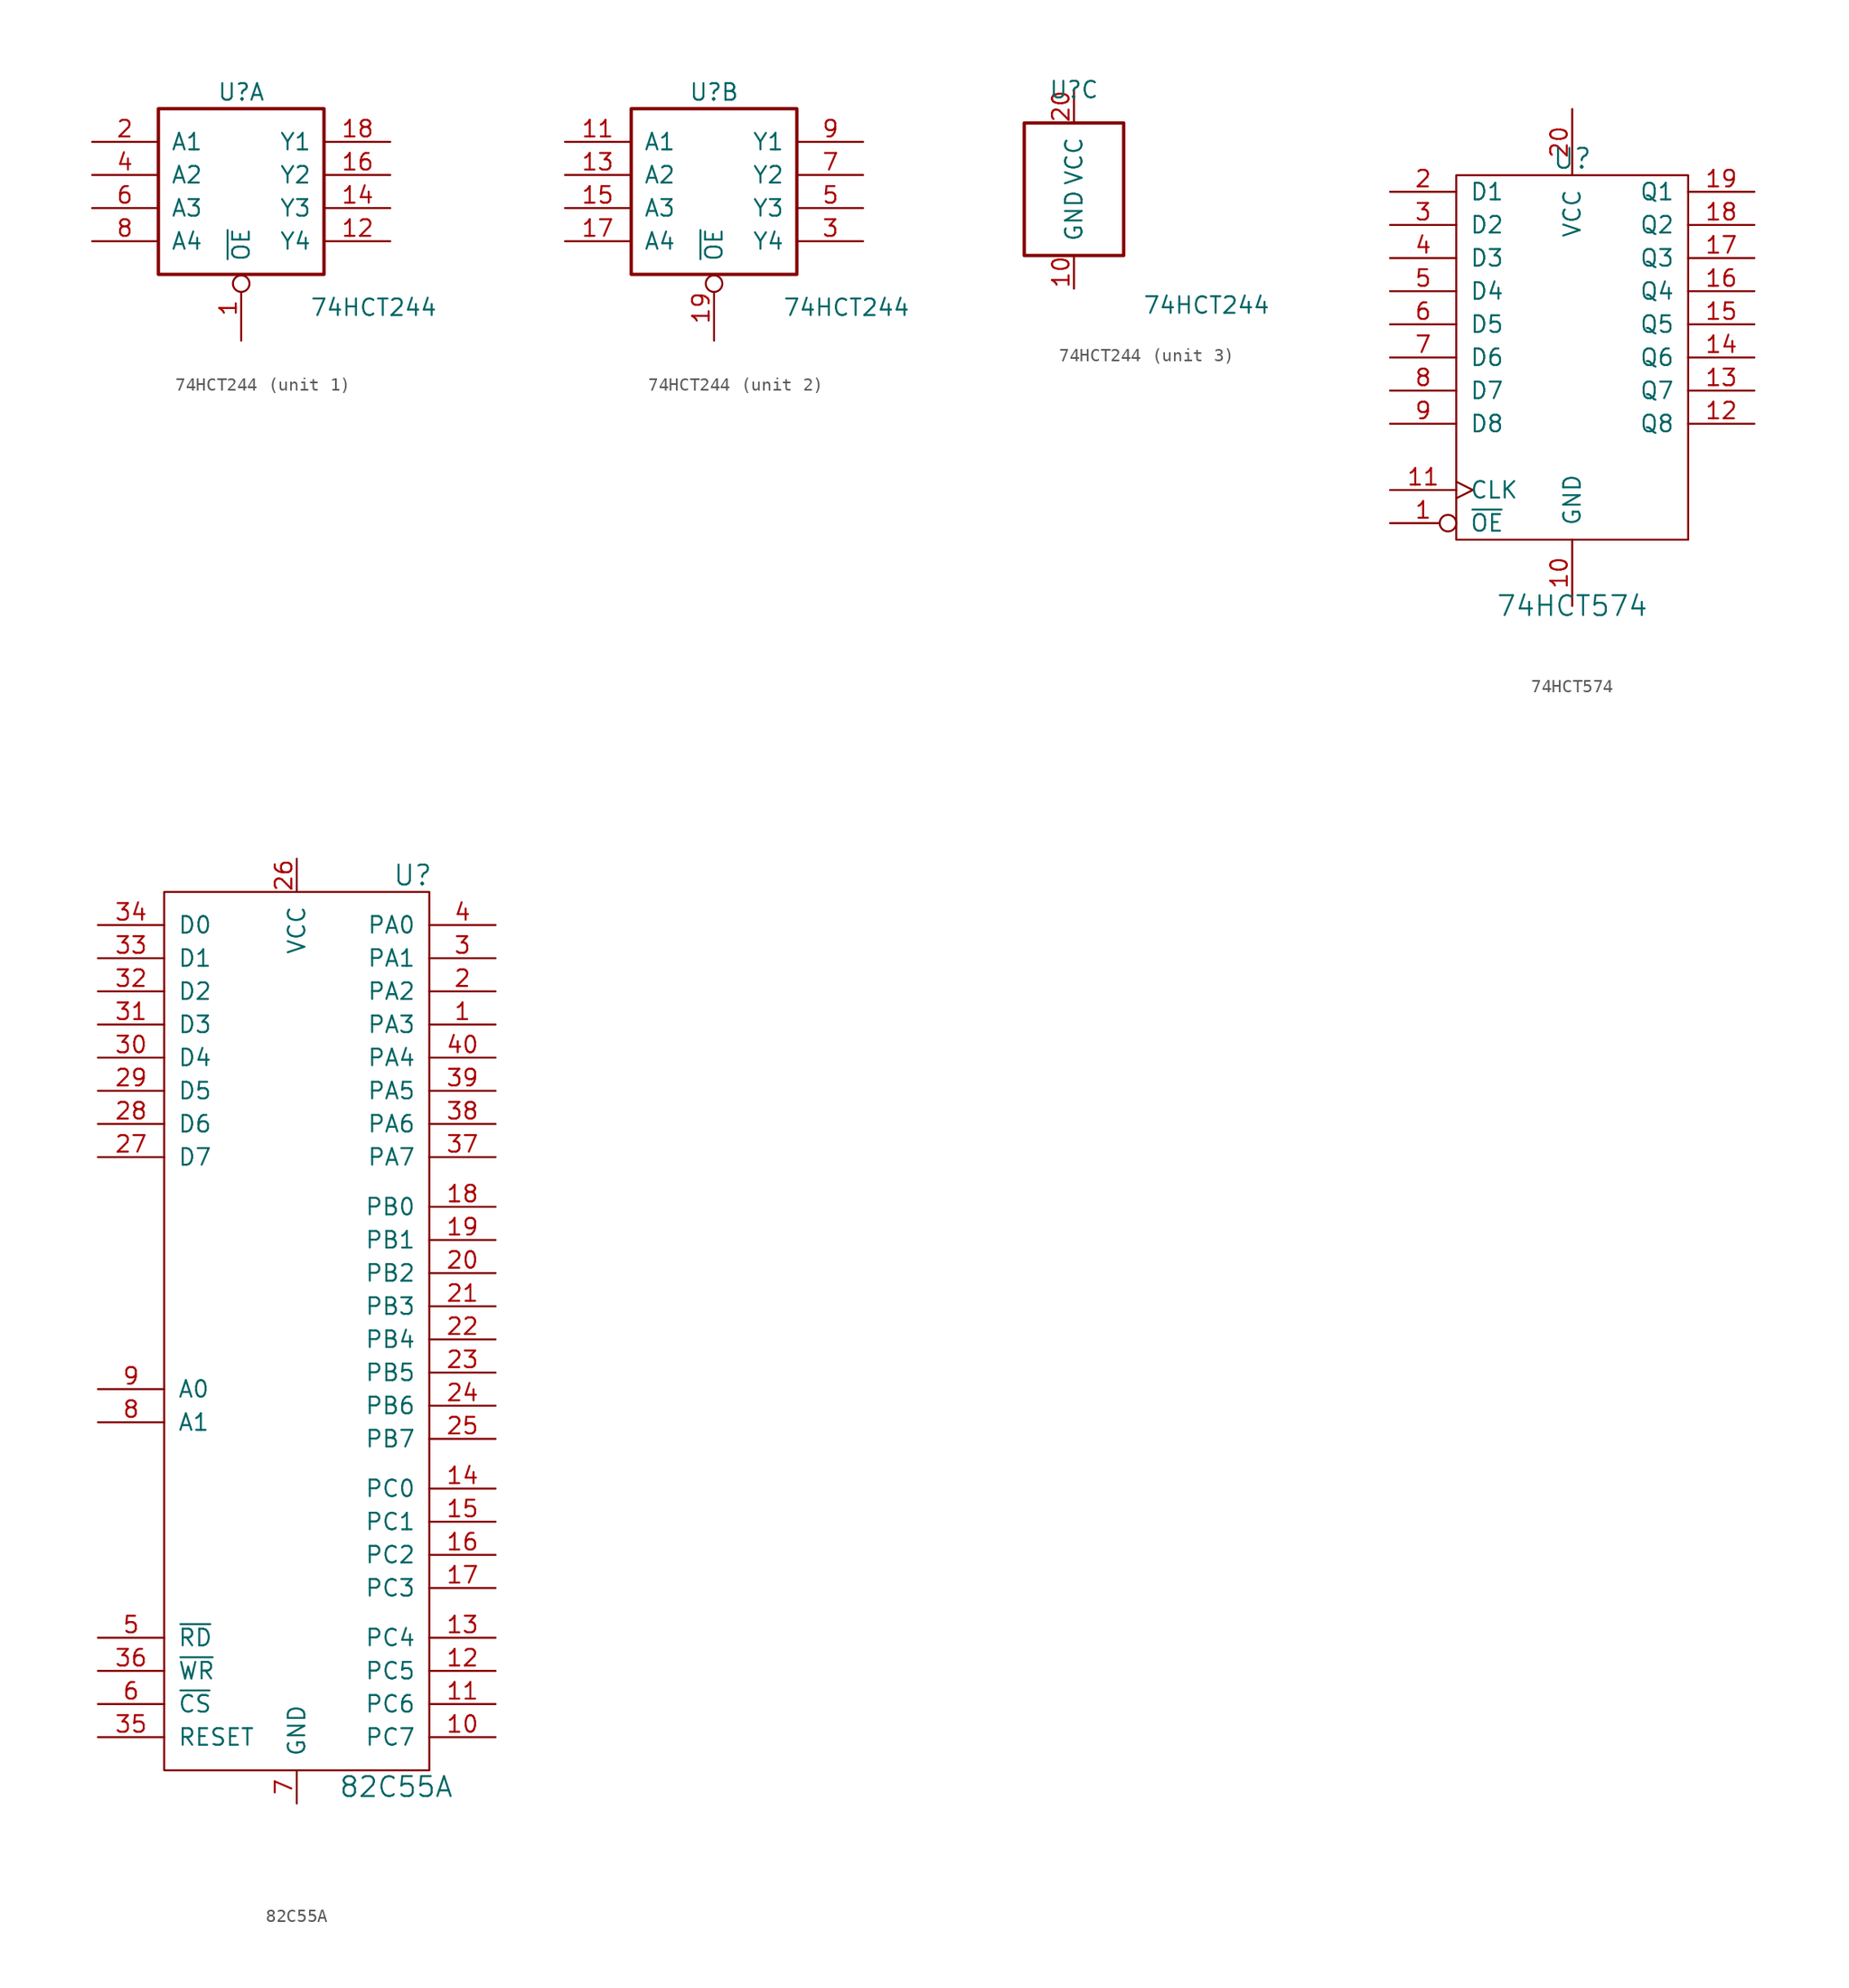
<source format=kicad_sym>
(kicad_symbol_lib
  (version 20211014)
  (generator kicad_symbol_editor)
  (symbol "74HCT244"
    (pin_names
      (offset 1.016))
    (property "Reference" "U"
      (at 0 7.62 0)
      (effects (font (size 1.27 1.27))))
    (property "Value" "74HCT244"
      (at 10.16 -8.89 0)
      (effects (font (size 1.27 1.27))))
    (symbol "74HCT244_1_1"
      (rectangle (start -6.35 -6.35) (end 6.35 6.35) (stroke (width 0.254) (type default) (color 0 0 0 0)) (fill (type none)))
      (pin input inverted (at 0 -11.43 90) (length 5.004) (name "~{OE}" (effects (font (size 1.27 1.27)))) (number "1" (effects (font (size 1.27 1.27)))))
      (pin output line (at 11.43 -3.81 180) (length 5.004) (name "Y4" (effects (font (size 1.27 1.27)))) (number "12" (effects (font (size 1.27 1.27)))))
      (pin output line (at 11.43 -1.27 180) (length 5.004) (name "Y3" (effects (font (size 1.27 1.27)))) (number "14" (effects (font (size 1.27 1.27)))))
      (pin output line (at 11.43 1.27 180) (length 5.004) (name "Y2" (effects (font (size 1.27 1.27)))) (number "16" (effects (font (size 1.27 1.27)))))
      (pin output line (at 11.43 3.81 180) (length 5.004) (name "Y1" (effects (font (size 1.27 1.27)))) (number "18" (effects (font (size 1.27 1.27)))))
      (pin input line (at -11.43 3.81 0) (length 5.004) (name "A1" (effects (font (size 1.27 1.27)))) (number "2" (effects (font (size 1.27 1.27)))))
      (pin input line (at -11.43 1.27 0) (length 5.004) (name "A2" (effects (font (size 1.27 1.27)))) (number "4" (effects (font (size 1.27 1.27)))))
      (pin input line (at -11.43 -1.27 0) (length 5.004) (name "A3" (effects (font (size 1.27 1.27)))) (number "6" (effects (font (size 1.27 1.27)))))
      (pin input line (at -11.43 -3.81 0) (length 5.004) (name "A4" (effects (font (size 1.27 1.27)))) (number "8" (effects (font (size 1.27 1.27))))))
    (symbol "74HCT244_2_1"
      (rectangle (start -6.35 6.35) (end 6.35 -6.35) (stroke (width 0.254) (type default) (color 0 0 0 0)) (fill (type none)))
      (pin input line (at -11.43 3.81 0) (length 5.004) (name "A1" (effects (font (size 1.27 1.27)))) (number "11" (effects (font (size 1.27 1.27)))))
      (pin input line (at -11.43 1.27 0) (length 5.004) (name "A2" (effects (font (size 1.27 1.27)))) (number "13" (effects (font (size 1.27 1.27)))))
      (pin input line (at -11.43 -1.27 0) (length 5.004) (name "A3" (effects (font (size 1.27 1.27)))) (number "15" (effects (font (size 1.27 1.27)))))
      (pin input line (at -11.43 -3.81 0) (length 5.004) (name "A4" (effects (font (size 1.27 1.27)))) (number "17" (effects (font (size 1.27 1.27)))))
      (pin input inverted (at 0 -11.43 90) (length 5.004) (name "~{OE}" (effects (font (size 1.27 1.27)))) (number "19" (effects (font (size 1.27 1.27)))))
      (pin output line (at 11.43 -3.81 180) (length 5.004) (name "Y4" (effects (font (size 1.27 1.27)))) (number "3" (effects (font (size 1.27 1.27)))))
      (pin output line (at 11.43 -1.27 180) (length 5.004) (name "Y3" (effects (font (size 1.27 1.27)))) (number "5" (effects (font (size 1.27 1.27)))))
      (pin output line (at 11.43 1.27 180) (length 5.004) (name "Y2" (effects (font (size 1.27 1.27)))) (number "7" (effects (font (size 1.27 1.27)))))
      (pin output line (at 11.43 3.81 180) (length 5.004) (name "Y1" (effects (font (size 1.27 1.27)))) (number "9" (effects (font (size 1.27 1.27))))))
    (symbol "74HCT244_3_1"
      (rectangle (start -3.81 -5.08) (end 3.81 5.08) (stroke (width 0.254) (type default) (color 0 0 0 0)) (fill (type none)))
      (pin power_in line (at 0 -7.62 90) (length 2.54) (name "GND" (effects (font (size 1.27 1.27)))) (number "10" (effects (font (size 1.27 1.27)))))
      (pin power_in line (at 0 7.62 270) (length 2.54) (name "VCC" (effects (font (size 1.27 1.27)))) (number "20" (effects (font (size 1.27 1.27)))))))
  (symbol "74HCT574"
    (pin_names
      (offset 1.016))
    (property "Reference" "U"
      (at 0 15.24 0)
      (effects (font (size 1.524 1.524))))
    (property "Value" "74HCT574"
      (at 0 -19.05 0)
      (effects (font (size 1.524 1.524))))
    (symbol "74HCT574_0_1"
      (rectangle (start -8.89 13.97) (end 8.89 -13.97) (stroke (width 0) (type default) (color 0 0 0 0)) (fill (type none))))
    (symbol "74HCT574_1_1"
      (pin input inverted (at -13.97 -12.7 0) (length 5.08) (name "~{OE}" (effects (font (size 1.27 1.27)))) (number "1" (effects (font (size 1.27 1.27)))))
      (pin power_in line (at 0 -19.05 90) (length 5.08) (name "GND" (effects (font (size 1.27 1.27)))) (number "10" (effects (font (size 1.27 1.27)))))
      (pin input clock (at -13.97 -10.16 0) (length 5.08) (name "CLK" (effects (font (size 1.27 1.27)))) (number "11" (effects (font (size 1.27 1.27)))))
      (pin output line (at 13.97 -5.08 180) (length 5.08) (name "Q8" (effects (font (size 1.27 1.27)))) (number "12" (effects (font (size 1.27 1.27)))))
      (pin output line (at 13.97 -2.54 180) (length 5.08) (name "Q7" (effects (font (size 1.27 1.27)))) (number "13" (effects (font (size 1.27 1.27)))))
      (pin output line (at 13.97 0 180) (length 5.08) (name "Q6" (effects (font (size 1.27 1.27)))) (number "14" (effects (font (size 1.27 1.27)))))
      (pin output line (at 13.97 2.54 180) (length 5.08) (name "Q5" (effects (font (size 1.27 1.27)))) (number "15" (effects (font (size 1.27 1.27)))))
      (pin output line (at 13.97 5.08 180) (length 5.08) (name "Q4" (effects (font (size 1.27 1.27)))) (number "16" (effects (font (size 1.27 1.27)))))
      (pin output line (at 13.97 7.62 180) (length 5.08) (name "Q3" (effects (font (size 1.27 1.27)))) (number "17" (effects (font (size 1.27 1.27)))))
      (pin output line (at 13.97 10.16 180) (length 5.08) (name "Q2" (effects (font (size 1.27 1.27)))) (number "18" (effects (font (size 1.27 1.27)))))
      (pin output line (at 13.97 12.7 180) (length 5.08) (name "Q1" (effects (font (size 1.27 1.27)))) (number "19" (effects (font (size 1.27 1.27)))))
      (pin input line (at -13.97 12.7 0) (length 5.08) (name "D1" (effects (font (size 1.27 1.27)))) (number "2" (effects (font (size 1.27 1.27)))))
      (pin power_in line (at 0 19.05 270) (length 5.08) (name "VCC" (effects (font (size 1.27 1.27)))) (number "20" (effects (font (size 1.27 1.27)))))
      (pin input line (at -13.97 10.16 0) (length 5.08) (name "D2" (effects (font (size 1.27 1.27)))) (number "3" (effects (font (size 1.27 1.27)))))
      (pin input line (at -13.97 7.62 0) (length 5.08) (name "D3" (effects (font (size 1.27 1.27)))) (number "4" (effects (font (size 1.27 1.27)))))
      (pin input line (at -13.97 5.08 0) (length 5.08) (name "D4" (effects (font (size 1.27 1.27)))) (number "5" (effects (font (size 1.27 1.27)))))
      (pin input line (at -13.97 2.54 0) (length 5.08) (name "D5" (effects (font (size 1.27 1.27)))) (number "6" (effects (font (size 1.27 1.27)))))
      (pin input line (at -13.97 0 0) (length 5.08) (name "D6" (effects (font (size 1.27 1.27)))) (number "7" (effects (font (size 1.27 1.27)))))
      (pin input line (at -13.97 -2.54 0) (length 5.08) (name "D7" (effects (font (size 1.27 1.27)))) (number "8" (effects (font (size 1.27 1.27)))))
      (pin input line (at -13.97 -5.08 0) (length 5.08) (name "D8" (effects (font (size 1.27 1.27)))) (number "9" (effects (font (size 1.27 1.27)))))))
  (symbol "82C55A"
    (pin_names
      (offset 1.016))
    (property "Reference" "U"
      (at 8.89 36.83 0)
      (effects (font (size 1.524 1.524))))
    (property "Value" "82C55A"
      (at 7.62 -33.02 0)
      (effects (font (size 1.524 1.524))))
    (symbol "82C55A_0_1"
      (rectangle (start -10.16 35.56) (end 10.16 -31.75) (stroke (width 0) (type default) (color 0 0 0 0)) (fill (type none))))
    (symbol "82C55A_1_1"
      (pin bidirectional line (at 15.24 25.4 180) (length 5.08) (name "PA3" (effects (font (size 1.27 1.27)))) (number "1" (effects (font (size 1.27 1.27)))))
      (pin bidirectional line (at 15.24 -29.21 180) (length 5.08) (name "PC7" (effects (font (size 1.27 1.27)))) (number "10" (effects (font (size 1.27 1.27)))))
      (pin bidirectional line (at 15.24 -26.67 180) (length 5.08) (name "PC6" (effects (font (size 1.27 1.27)))) (number "11" (effects (font (size 1.27 1.27)))))
      (pin bidirectional line (at 15.24 -24.13 180) (length 5.08) (name "PC5" (effects (font (size 1.27 1.27)))) (number "12" (effects (font (size 1.27 1.27)))))
      (pin bidirectional line (at 15.24 -21.59 180) (length 5.08) (name "PC4" (effects (font (size 1.27 1.27)))) (number "13" (effects (font (size 1.27 1.27)))))
      (pin bidirectional line (at 15.24 -10.16 180) (length 5.08) (name "PC0" (effects (font (size 1.27 1.27)))) (number "14" (effects (font (size 1.27 1.27)))))
      (pin bidirectional line (at 15.24 -12.7 180) (length 5.08) (name "PC1" (effects (font (size 1.27 1.27)))) (number "15" (effects (font (size 1.27 1.27)))))
      (pin bidirectional line (at 15.24 -15.24 180) (length 5.08) (name "PC2" (effects (font (size 1.27 1.27)))) (number "16" (effects (font (size 1.27 1.27)))))
      (pin bidirectional line (at 15.24 -17.78 180) (length 5.08) (name "PC3" (effects (font (size 1.27 1.27)))) (number "17" (effects (font (size 1.27 1.27)))))
      (pin bidirectional line (at 15.24 11.43 180) (length 5.08) (name "PB0" (effects (font (size 1.27 1.27)))) (number "18" (effects (font (size 1.27 1.27)))))
      (pin bidirectional line (at 15.24 8.89 180) (length 5.08) (name "PB1" (effects (font (size 1.27 1.27)))) (number "19" (effects (font (size 1.27 1.27)))))
      (pin bidirectional line (at 15.24 27.94 180) (length 5.08) (name "PA2" (effects (font (size 1.27 1.27)))) (number "2" (effects (font (size 1.27 1.27)))))
      (pin bidirectional line (at 15.24 6.35 180) (length 5.08) (name "PB2" (effects (font (size 1.27 1.27)))) (number "20" (effects (font (size 1.27 1.27)))))
      (pin bidirectional line (at 15.24 3.81 180) (length 5.08) (name "PB3" (effects (font (size 1.27 1.27)))) (number "21" (effects (font (size 1.27 1.27)))))
      (pin bidirectional line (at 15.24 1.27 180) (length 5.08) (name "PB4" (effects (font (size 1.27 1.27)))) (number "22" (effects (font (size 1.27 1.27)))))
      (pin bidirectional line (at 15.24 -1.27 180) (length 5.08) (name "PB5" (effects (font (size 1.27 1.27)))) (number "23" (effects (font (size 1.27 1.27)))))
      (pin bidirectional line (at 15.24 -3.81 180) (length 5.08) (name "PB6" (effects (font (size 1.27 1.27)))) (number "24" (effects (font (size 1.27 1.27)))))
      (pin bidirectional line (at 15.24 -6.35 180) (length 5.08) (name "PB7" (effects (font (size 1.27 1.27)))) (number "25" (effects (font (size 1.27 1.27)))))
      (pin power_in line (at 0 38.1 270) (length 2.54) (name "VCC" (effects (font (size 1.27 1.27)))) (number "26" (effects (font (size 1.27 1.27)))))
      (pin input line (at -15.24 15.24 0) (length 5.08) (name "D7" (effects (font (size 1.27 1.27)))) (number "27" (effects (font (size 1.27 1.27)))))
      (pin input line (at -15.24 17.78 0) (length 5.08) (name "D6" (effects (font (size 1.27 1.27)))) (number "28" (effects (font (size 1.27 1.27)))))
      (pin input line (at -15.24 20.32 0) (length 5.08) (name "D5" (effects (font (size 1.27 1.27)))) (number "29" (effects (font (size 1.27 1.27)))))
      (pin bidirectional line (at 15.24 30.48 180) (length 5.08) (name "PA1" (effects (font (size 1.27 1.27)))) (number "3" (effects (font (size 1.27 1.27)))))
      (pin input line (at -15.24 22.86 0) (length 5.08) (name "D4" (effects (font (size 1.27 1.27)))) (number "30" (effects (font (size 1.27 1.27)))))
      (pin input line (at -15.24 25.4 0) (length 5.08) (name "D3" (effects (font (size 1.27 1.27)))) (number "31" (effects (font (size 1.27 1.27)))))
      (pin input line (at -15.24 27.94 0) (length 5.08) (name "D2" (effects (font (size 1.27 1.27)))) (number "32" (effects (font (size 1.27 1.27)))))
      (pin input line (at -15.24 30.48 0) (length 5.08) (name "D1" (effects (font (size 1.27 1.27)))) (number "33" (effects (font (size 1.27 1.27)))))
      (pin input line (at -15.24 33.02 0) (length 5.08) (name "D0" (effects (font (size 1.27 1.27)))) (number "34" (effects (font (size 1.27 1.27)))))
      (pin input line (at -15.24 -29.21 0) (length 5.08) (name "RESET" (effects (font (size 1.27 1.27)))) (number "35" (effects (font (size 1.27 1.27)))))
      (pin input line (at -15.24 -24.13 0) (length 5.08) (name "~{WR}" (effects (font (size 1.27 1.27)))) (number "36" (effects (font (size 1.27 1.27)))))
      (pin bidirectional line (at 15.24 15.24 180) (length 5.08) (name "PA7" (effects (font (size 1.27 1.27)))) (number "37" (effects (font (size 1.27 1.27)))))
      (pin bidirectional line (at 15.24 17.78 180) (length 5.08) (name "PA6" (effects (font (size 1.27 1.27)))) (number "38" (effects (font (size 1.27 1.27)))))
      (pin bidirectional line (at 15.24 20.32 180) (length 5.08) (name "PA5" (effects (font (size 1.27 1.27)))) (number "39" (effects (font (size 1.27 1.27)))))
      (pin bidirectional line (at 15.24 33.02 180) (length 5.08) (name "PA0" (effects (font (size 1.27 1.27)))) (number "4" (effects (font (size 1.27 1.27)))))
      (pin bidirectional line (at 15.24 22.86 180) (length 5.08) (name "PA4" (effects (font (size 1.27 1.27)))) (number "40" (effects (font (size 1.27 1.27)))))
      (pin input line (at -15.24 -21.59 0) (length 5.08) (name "~{RD}" (effects (font (size 1.27 1.27)))) (number "5" (effects (font (size 1.27 1.27)))))
      (pin input line (at -15.24 -26.67 0) (length 5.08) (name "~{CS}" (effects (font (size 1.27 1.27)))) (number "6" (effects (font (size 1.27 1.27)))))
      (pin power_in line (at 0 -34.29 90) (length 2.54) (name "GND" (effects (font (size 1.27 1.27)))) (number "7" (effects (font (size 1.27 1.27)))))
      (pin input line (at -15.24 -5.08 0) (length 5.08) (name "A1" (effects (font (size 1.27 1.27)))) (number "8" (effects (font (size 1.27 1.27)))))
      (pin input line (at -15.24 -2.54 0) (length 5.08) (name "A0" (effects (font (size 1.27 1.27)))) (number "9" (effects (font (size 1.27 1.27))))))))
</source>
